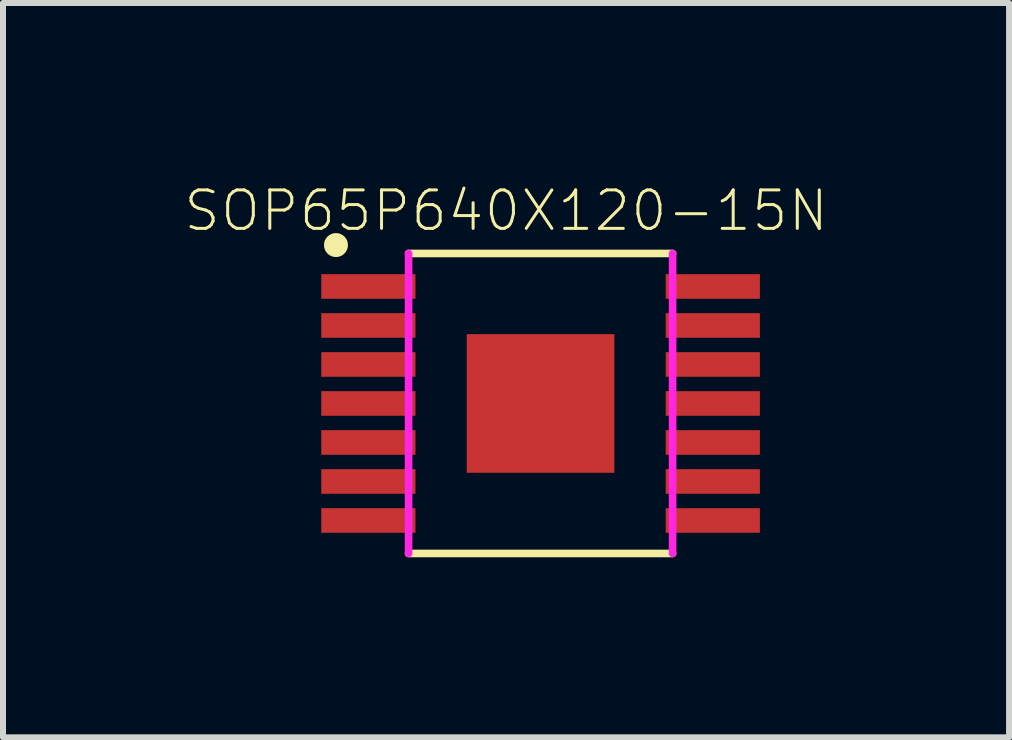
<source format=kicad_pcb>
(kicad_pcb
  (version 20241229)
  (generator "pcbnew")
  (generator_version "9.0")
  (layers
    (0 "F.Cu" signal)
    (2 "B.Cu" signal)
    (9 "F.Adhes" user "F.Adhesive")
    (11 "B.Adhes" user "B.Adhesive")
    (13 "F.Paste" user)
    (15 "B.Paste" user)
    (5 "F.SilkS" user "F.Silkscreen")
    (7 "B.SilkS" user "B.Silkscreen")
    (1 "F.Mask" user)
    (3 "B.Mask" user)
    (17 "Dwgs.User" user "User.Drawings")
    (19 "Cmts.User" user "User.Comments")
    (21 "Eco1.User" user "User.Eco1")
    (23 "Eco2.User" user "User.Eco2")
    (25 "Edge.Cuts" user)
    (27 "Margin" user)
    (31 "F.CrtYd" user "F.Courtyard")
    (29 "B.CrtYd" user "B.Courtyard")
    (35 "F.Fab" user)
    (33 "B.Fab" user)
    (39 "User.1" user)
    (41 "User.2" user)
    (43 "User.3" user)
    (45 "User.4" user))
  (footprint "SOP65P640X120-15N"
    (layer "F.Cu")
    (at 5.959 3.674)
    (property "Reference" "SOP65P640X120-15N" (at -0.575 -3.212 0) (layer "F.SilkS") (effects (font (size 0.641 0.641) (thickness 0.05))))
    (attr smd)
    (fp_line (start -2.2 -2.5) (end 2.2 -2.5) (stroke (width 0.127) (type solid)) (layer "F.SilkS"))
    (fp_line (start -2.2 2.5) (end 2.2 2.5) (stroke (width 0.127) (type solid)) (layer "F.SilkS"))
    (fp_circle (center -3.41 -2.64) (end -3.31 -2.64) (stroke (width 0.2) (type solid)) (fill no) (layer "F.SilkS"))
    (fp_poly (pts (xy -0.802 -0.75) (xy 0.8 -0.75) (xy 0.8 0.752) (xy -0.802 0.752)) (stroke (width 0) (type solid)) (fill yes) (layer "F.Paste"))
    (fp_line (start -2.2 -2.5) (end 2.2 -2.5) (stroke (width 0.127) (type solid)) (layer "Eco2.User"))
    (fp_line (start 2.2 2.5) (end -2.2 2.5) (stroke (width 0.127) (type solid)) (layer "Eco2.User"))
    (fp_line (start -2.2 2.5) (end -2.2 -2.5) (stroke (width 0.127) (type solid)) (layer "F.CrtYd"))
    (fp_line (start 2.2 -2.5) (end 2.2 2.5) (stroke (width 0.127) (type solid)) (layer "F.CrtYd"))
    (pad "1" smd rect (at -2.87 -1.95) (size 1.57 0.41) (layers "F.Cu" "F.Mask" "F.Paste"))
    (pad "2" smd rect (at -2.87 -1.3) (size 1.57 0.41) (layers "F.Cu" "F.Mask" "F.Paste"))
    (pad "3" smd rect (at -2.87 -0.65) (size 1.57 0.41) (layers "F.Cu" "F.Mask" "F.Paste"))
    (pad "4" smd rect (at -2.87 0) (size 1.57 0.41) (layers "F.Cu" "F.Mask" "F.Paste"))
    (pad "5" smd rect (at -2.87 0.65) (size 1.57 0.41) (layers "F.Cu" "F.Mask" "F.Paste"))
    (pad "6" smd rect (at -2.87 1.3) (size 1.57 0.41) (layers "F.Cu" "F.Mask" "F.Paste"))
    (pad "7" smd rect (at -2.87 1.95) (size 1.57 0.41) (layers "F.Cu" "F.Mask" "F.Paste"))
    (pad "8" smd rect (at 2.87 1.95) (size 1.57 0.41) (layers "F.Cu" "F.Mask" "F.Paste"))
    (pad "9" smd rect (at 2.87 1.3) (size 1.57 0.41) (layers "F.Cu" "F.Mask" "F.Paste"))
    (pad "10" smd rect (at 2.87 0.65) (size 1.57 0.41) (layers "F.Cu" "F.Mask" "F.Paste"))
    (pad "11" smd rect (at 2.87 0) (size 1.57 0.41) (layers "F.Cu" "F.Mask" "F.Paste"))
    (pad "12" smd rect (at 2.87 -0.65) (size 1.57 0.41) (layers "F.Cu" "F.Mask" "F.Paste"))
    (pad "13" smd rect (at 2.87 -1.3) (size 1.57 0.41) (layers "F.Cu" "F.Mask" "F.Paste"))
    (pad "14" smd rect (at 2.87 -1.95) (size 1.57 0.41) (layers "F.Cu" "F.Mask" "F.Paste"))
    (pad "15" smd rect (at 0 0) (size 2.46 2.31) (layers "F.Cu" "F.Mask" "F.Paste")))
  (gr_rect
    (start -3 -3)
    (end 13.767 9.238)
    (stroke (width 0.1) (type default))
    (fill no)
    (layer "Edge.Cuts")))
</source>
